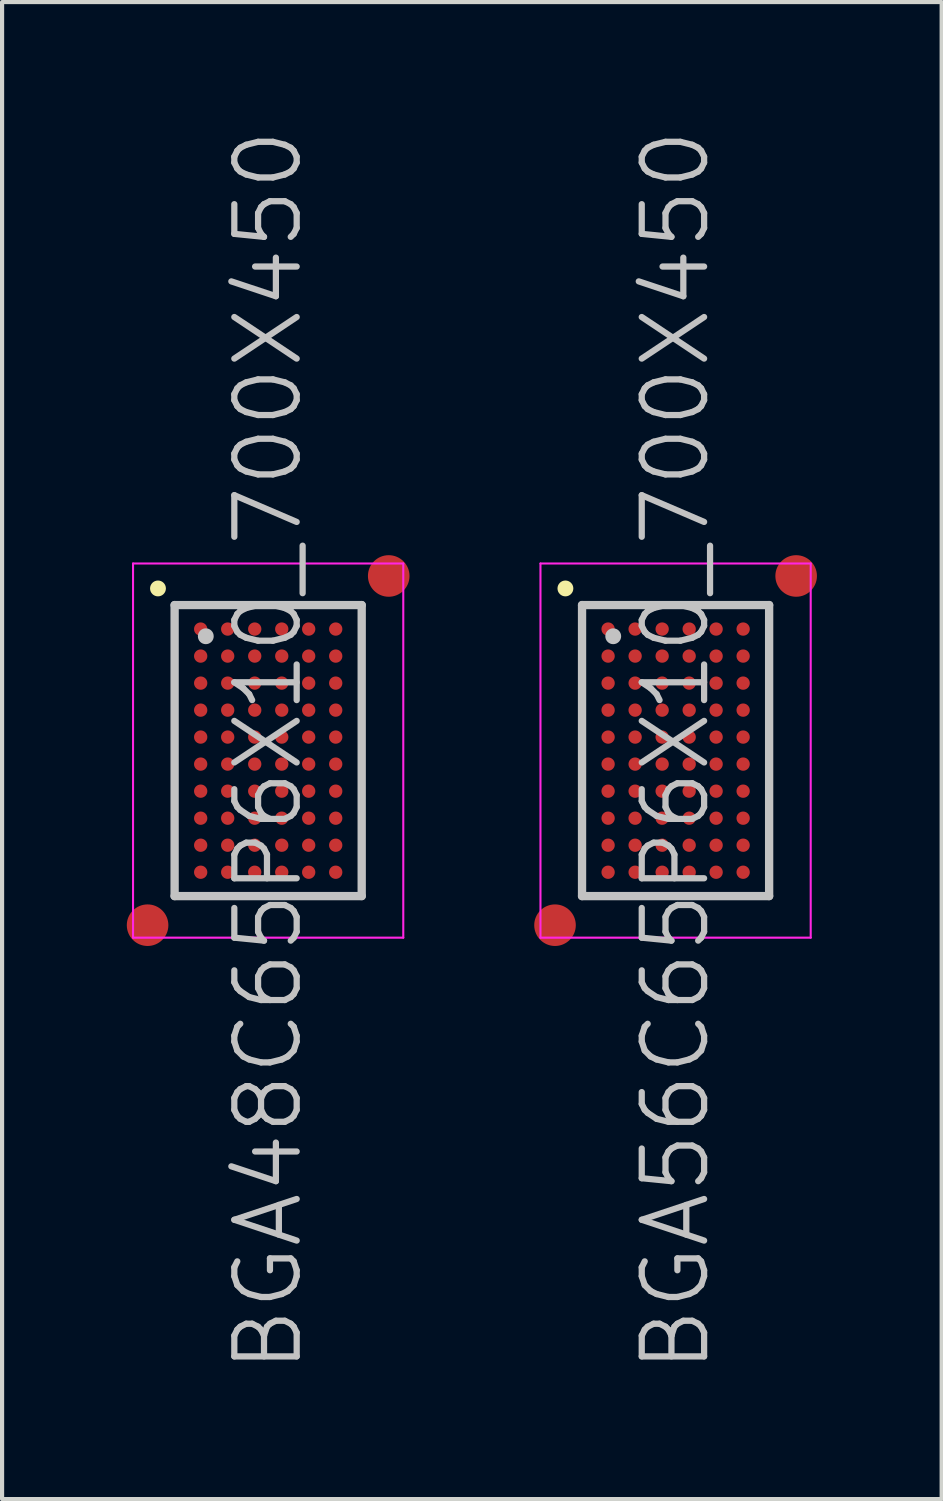
<source format=kicad_pcb>
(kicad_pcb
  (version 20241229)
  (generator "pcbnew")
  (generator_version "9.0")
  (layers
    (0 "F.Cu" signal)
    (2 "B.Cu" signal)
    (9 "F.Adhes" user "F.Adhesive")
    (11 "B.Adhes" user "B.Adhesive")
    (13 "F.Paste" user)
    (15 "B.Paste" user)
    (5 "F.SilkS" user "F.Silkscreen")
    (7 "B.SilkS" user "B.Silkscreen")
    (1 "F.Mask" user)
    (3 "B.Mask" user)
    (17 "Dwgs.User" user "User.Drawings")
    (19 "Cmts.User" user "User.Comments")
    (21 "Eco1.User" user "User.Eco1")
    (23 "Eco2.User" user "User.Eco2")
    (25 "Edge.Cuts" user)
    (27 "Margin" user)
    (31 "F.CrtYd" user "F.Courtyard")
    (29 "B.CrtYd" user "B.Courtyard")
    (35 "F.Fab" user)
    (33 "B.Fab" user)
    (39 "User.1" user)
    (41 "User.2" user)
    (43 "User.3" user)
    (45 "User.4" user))
  (footprint "BGA48C65P6X10_700X450"
    (layer "F.Cu")
    (at 3.4 15.004)
    (property "Reference" "BGA48C65P6X10_700X450" (at 0 0 90) (layer "Dwgs.User") (effects (font (size 1.5 1.5) (thickness 0.15))))
    (attr smd)
    (fp_line (start -2.65 -3.9) (end -2.65 -3.9) (stroke (width 0.381) (type solid)) (layer "F.SilkS"))
    (fp_line (start -2.25 -3.5) (end -2.25 3.5) (stroke (width 0.2) (type solid)) (layer "Dwgs.User"))
    (fp_line (start -2.25 -3.5) (end 2.25 -3.5) (stroke (width 0.2) (type solid)) (layer "Dwgs.User"))
    (fp_line (start -2.25 3.5) (end 2.25 3.5) (stroke (width 0.2) (type solid)) (layer "Dwgs.User"))
    (fp_line (start -1.5 -2.75) (end -1.5 -2.75) (stroke (width 0.381) (type solid)) (layer "Dwgs.User"))
    (fp_line (start 2.25 -3.5) (end 2.25 3.5) (stroke (width 0.2) (type solid)) (layer "Dwgs.User"))
    (fp_line (start -3.25 -4.5) (end -3.25 4.5) (stroke (width 0.05) (type solid)) (layer "F.CrtYd"))
    (fp_line (start -3.25 -4.5) (end 3.25 -4.5) (stroke (width 0.05) (type solid)) (layer "F.CrtYd"))
    (fp_line (start -3.25 4.5) (end 3.25 4.5) (stroke (width 0.05) (type solid)) (layer "F.CrtYd"))
    (fp_line (start 3.25 -4.5) (end 3.25 4.5) (stroke (width 0.05) (type solid)) (layer "F.CrtYd"))
    (pad "" smd circle (at -2.9 4.2) (size 1 1) (layers "F.Cu" "F.Mask"))
    (pad "" smd circle (at 2.9 -4.2) (size 1 1) (layers "F.Cu" "F.Mask"))
    (pad "A1" smd circle (at -1.623 -2.923) (size 0.32 0.32) (layers "F.Cu" "F.Mask" "F.Paste"))
    (pad "A2" smd circle (at -0.973 -2.923) (size 0.32 0.32) (layers "F.Cu" "F.Mask" "F.Paste"))
    (pad "A3" smd circle (at -0.323 -2.923) (size 0.32 0.32) (layers "F.Cu" "F.Mask" "F.Paste"))
    (pad "A4" smd circle (at 0.327 -2.923) (size 0.32 0.32) (layers "F.Cu" "F.Mask" "F.Paste"))
    (pad "A5" smd circle (at 0.975 -2.923) (size 0.32 0.32) (layers "F.Cu" "F.Mask" "F.Paste"))
    (pad "A6" smd circle (at 1.625 -2.923) (size 0.32 0.32) (layers "F.Cu" "F.Mask" "F.Paste"))
    (pad "B1" smd circle (at -1.623 -2.273) (size 0.32 0.32) (layers "F.Cu" "F.Mask" "F.Paste"))
    (pad "B2" smd circle (at -0.973 -2.273) (size 0.32 0.32) (layers "F.Cu" "F.Mask" "F.Paste"))
    (pad "B3" smd circle (at -0.323 -2.273) (size 0.32 0.32) (layers "F.Cu" "F.Mask" "F.Paste"))
    (pad "B4" smd circle (at 0.327 -2.273) (size 0.32 0.32) (layers "F.Cu" "F.Mask" "F.Paste"))
    (pad "B5" smd circle (at 0.975 -2.273) (size 0.32 0.32) (layers "F.Cu" "F.Mask" "F.Paste"))
    (pad "B6" smd circle (at 1.625 -2.273) (size 0.32 0.32) (layers "F.Cu" "F.Mask" "F.Paste"))
    (pad "C1" smd circle (at -1.623 -1.623) (size 0.32 0.32) (layers "F.Cu" "F.Mask" "F.Paste"))
    (pad "C2" smd circle (at -0.973 -1.623) (size 0.32 0.32) (layers "F.Cu" "F.Mask" "F.Paste"))
    (pad "C3" smd circle (at -0.323 -1.623) (size 0.32 0.32) (layers "F.Cu" "F.Mask" "F.Paste"))
    (pad "C4" smd circle (at 0.327 -1.623) (size 0.32 0.32) (layers "F.Cu" "F.Mask" "F.Paste"))
    (pad "C5" smd circle (at 0.975 -1.623) (size 0.32 0.32) (layers "F.Cu" "F.Mask" "F.Paste"))
    (pad "C6" smd circle (at 1.625 -1.623) (size 0.32 0.32) (layers "F.Cu" "F.Mask" "F.Paste"))
    (pad "D1" smd circle (at -1.623 -0.973) (size 0.32 0.32) (layers "F.Cu" "F.Mask" "F.Paste"))
    (pad "D2" smd circle (at -0.973 -0.973) (size 0.32 0.32) (layers "F.Cu" "F.Mask" "F.Paste"))
    (pad "D3" smd circle (at -0.323 -0.973) (size 0.32 0.32) (layers "F.Cu" "F.Mask" "F.Paste"))
    (pad "D4" smd circle (at 0.327 -0.973) (size 0.32 0.32) (layers "F.Cu" "F.Mask" "F.Paste"))
    (pad "D5" smd circle (at 0.975 -0.973) (size 0.32 0.32) (layers "F.Cu" "F.Mask" "F.Paste"))
    (pad "D6" smd circle (at 1.625 -0.973) (size 0.32 0.32) (layers "F.Cu" "F.Mask" "F.Paste"))
    (pad "E1" smd circle (at -1.623 -0.325) (size 0.32 0.32) (layers "F.Cu" "F.Mask" "F.Paste"))
    (pad "E2" smd circle (at -0.973 -0.325) (size 0.32 0.32) (layers "F.Cu" "F.Mask" "F.Paste"))
    (pad "E3" smd circle (at -0.323 -0.325) (size 0.32 0.32) (layers "F.Cu" "F.Mask" "F.Paste"))
    (pad "E4" smd circle (at 0.327 -0.325) (size 0.32 0.32) (layers "F.Cu" "F.Mask" "F.Paste"))
    (pad "E5" smd circle (at 0.975 -0.325) (size 0.32 0.32) (layers "F.Cu" "F.Mask" "F.Paste"))
    (pad "E6" smd circle (at 1.625 -0.325) (size 0.32 0.32) (layers "F.Cu" "F.Mask" "F.Paste"))
    (pad "F1" smd circle (at -1.623 0.325) (size 0.32 0.32) (layers "F.Cu" "F.Mask" "F.Paste"))
    (pad "F2" smd circle (at -0.973 0.325) (size 0.32 0.32) (layers "F.Cu" "F.Mask" "F.Paste"))
    (pad "F3" smd circle (at -0.323 0.325) (size 0.32 0.32) (layers "F.Cu" "F.Mask" "F.Paste"))
    (pad "F4" smd circle (at 0.327 0.325) (size 0.32 0.32) (layers "F.Cu" "F.Mask" "F.Paste"))
    (pad "F5" smd circle (at 0.975 0.325) (size 0.32 0.32) (layers "F.Cu" "F.Mask" "F.Paste"))
    (pad "F6" smd circle (at 1.625 0.325) (size 0.32 0.32) (layers "F.Cu" "F.Mask" "F.Paste"))
    (pad "G1" smd circle (at -1.623 0.976) (size 0.32 0.32) (layers "F.Cu" "F.Mask" "F.Paste"))
    (pad "G2" smd circle (at -0.973 0.976) (size 0.32 0.32) (layers "F.Cu" "F.Mask" "F.Paste"))
    (pad "G3" smd circle (at -0.323 0.976) (size 0.32 0.32) (layers "F.Cu" "F.Mask" "F.Paste"))
    (pad "G4" smd circle (at 0.327 0.976) (size 0.32 0.32) (layers "F.Cu" "F.Mask" "F.Paste"))
    (pad "G5" smd circle (at 0.975 0.976) (size 0.32 0.32) (layers "F.Cu" "F.Mask" "F.Paste"))
    (pad "G6" smd circle (at 1.625 0.976) (size 0.32 0.32) (layers "F.Cu" "F.Mask" "F.Paste"))
    (pad "H1" smd circle (at -1.623 1.626) (size 0.32 0.32) (layers "F.Cu" "F.Mask" "F.Paste"))
    (pad "H2" smd circle (at -0.973 1.626) (size 0.32 0.32) (layers "F.Cu" "F.Mask" "F.Paste"))
    (pad "H3" smd circle (at -0.323 1.626) (size 0.32 0.32) (layers "F.Cu" "F.Mask" "F.Paste"))
    (pad "H4" smd circle (at 0.327 1.626) (size 0.32 0.32) (layers "F.Cu" "F.Mask" "F.Paste"))
    (pad "H5" smd circle (at 0.975 1.626) (size 0.32 0.32) (layers "F.Cu" "F.Mask" "F.Paste"))
    (pad "H6" smd circle (at 1.625 1.626) (size 0.32 0.32) (layers "F.Cu" "F.Mask" "F.Paste"))
    (pad "J1" smd circle (at -1.623 2.276) (size 0.32 0.32) (layers "F.Cu" "F.Mask" "F.Paste"))
    (pad "J2" smd circle (at -0.973 2.276) (size 0.32 0.32) (layers "F.Cu" "F.Mask" "F.Paste"))
    (pad "J3" smd circle (at -0.323 2.276) (size 0.32 0.32) (layers "F.Cu" "F.Mask" "F.Paste"))
    (pad "J4" smd circle (at 0.327 2.276) (size 0.32 0.32) (layers "F.Cu" "F.Mask" "F.Paste"))
    (pad "J5" smd circle (at 0.975 2.276) (size 0.32 0.32) (layers "F.Cu" "F.Mask" "F.Paste"))
    (pad "J6" smd circle (at 1.625 2.276) (size 0.32 0.32) (layers "F.Cu" "F.Mask" "F.Paste"))
    (pad "K1" smd circle (at -1.623 2.926) (size 0.32 0.32) (layers "F.Cu" "F.Mask" "F.Paste"))
    (pad "K2" smd circle (at -0.973 2.926) (size 0.32 0.32) (layers "F.Cu" "F.Mask" "F.Paste"))
    (pad "K3" smd circle (at -0.323 2.926) (size 0.32 0.32) (layers "F.Cu" "F.Mask" "F.Paste"))
    (pad "K4" smd circle (at 0.327 2.926) (size 0.32 0.32) (layers "F.Cu" "F.Mask" "F.Paste"))
    (pad "K5" smd circle (at 0.975 2.926) (size 0.32 0.32) (layers "F.Cu" "F.Mask" "F.Paste"))
    (pad "K6" smd circle (at 1.625 2.926) (size 0.32 0.32) (layers "F.Cu" "F.Mask" "F.Paste")))
  (footprint "BGA56C65P6X10_700X450"
    (layer "F.Cu")
    (at 13.2 15.004)
    (property "Reference" "BGA56C65P6X10_700X450" (at 0 0 90) (layer "Dwgs.User") (effects (font (size 1.5 1.5) (thickness 0.15))))
    (attr smd)
    (fp_line (start -2.65 -3.9) (end -2.65 -3.9) (stroke (width 0.381) (type solid)) (layer "F.SilkS"))
    (fp_line (start -2.25 -3.5) (end -2.25 3.5) (stroke (width 0.2) (type solid)) (layer "Dwgs.User"))
    (fp_line (start -2.25 -3.5) (end 2.25 -3.5) (stroke (width 0.2) (type solid)) (layer "Dwgs.User"))
    (fp_line (start -2.25 3.5) (end 2.25 3.5) (stroke (width 0.2) (type solid)) (layer "Dwgs.User"))
    (fp_line (start -1.5 -2.75) (end -1.5 -2.75) (stroke (width 0.381) (type solid)) (layer "Dwgs.User"))
    (fp_line (start 2.25 -3.5) (end 2.25 3.5) (stroke (width 0.2) (type solid)) (layer "Dwgs.User"))
    (fp_line (start -3.25 -4.5) (end -3.25 4.5) (stroke (width 0.05) (type solid)) (layer "F.CrtYd"))
    (fp_line (start -3.25 -4.5) (end 3.25 -4.5) (stroke (width 0.05) (type solid)) (layer "F.CrtYd"))
    (fp_line (start -3.25 4.5) (end 3.25 4.5) (stroke (width 0.05) (type solid)) (layer "F.CrtYd"))
    (fp_line (start 3.25 -4.5) (end 3.25 4.5) (stroke (width 0.05) (type solid)) (layer "F.CrtYd"))
    (pad "" smd circle (at -2.9 4.2) (size 1 1) (layers "F.Cu" "F.Mask"))
    (pad "" smd circle (at 2.9 -4.2) (size 1 1) (layers "F.Cu" "F.Mask"))
    (pad "A1" smd circle (at -1.623 -2.923) (size 0.32 0.32) (layers "F.Cu" "F.Mask" "F.Paste"))
    (pad "A2" smd circle (at -0.973 -2.923) (size 0.32 0.32) (layers "F.Cu" "F.Mask" "F.Paste"))
    (pad "A3" smd circle (at -0.323 -2.923) (size 0.32 0.32) (layers "F.Cu" "F.Mask" "F.Paste"))
    (pad "A4" smd circle (at 0.327 -2.923) (size 0.32 0.32) (layers "F.Cu" "F.Mask" "F.Paste"))
    (pad "A5" smd circle (at 0.975 -2.923) (size 0.32 0.32) (layers "F.Cu" "F.Mask" "F.Paste"))
    (pad "A6" smd circle (at 1.625 -2.923) (size 0.32 0.32) (layers "F.Cu" "F.Mask" "F.Paste"))
    (pad "B1" smd circle (at -1.623 -2.273) (size 0.32 0.32) (layers "F.Cu" "F.Mask" "F.Paste"))
    (pad "B2" smd circle (at -0.973 -2.273) (size 0.32 0.32) (layers "F.Cu" "F.Mask" "F.Paste"))
    (pad "B3" smd circle (at -0.323 -2.273) (size 0.32 0.32) (layers "F.Cu" "F.Mask" "F.Paste"))
    (pad "B4" smd circle (at 0.327 -2.273) (size 0.32 0.32) (layers "F.Cu" "F.Mask" "F.Paste"))
    (pad "B5" smd circle (at 0.975 -2.273) (size 0.32 0.32) (layers "F.Cu" "F.Mask" "F.Paste"))
    (pad "B6" smd circle (at 1.625 -2.273) (size 0.32 0.32) (layers "F.Cu" "F.Mask" "F.Paste"))
    (pad "C1" smd circle (at -1.623 -1.623) (size 0.32 0.32) (layers "F.Cu" "F.Mask" "F.Paste"))
    (pad "C2" smd circle (at -0.973 -1.623) (size 0.32 0.32) (layers "F.Cu" "F.Mask" "F.Paste"))
    (pad "C3" smd circle (at -0.323 -1.623) (size 0.32 0.32) (layers "F.Cu" "F.Mask" "F.Paste"))
    (pad "C4" smd circle (at 0.327 -1.623) (size 0.32 0.32) (layers "F.Cu" "F.Mask" "F.Paste"))
    (pad "C5" smd circle (at 0.975 -1.623) (size 0.32 0.32) (layers "F.Cu" "F.Mask" "F.Paste"))
    (pad "C6" smd circle (at 1.625 -1.623) (size 0.32 0.32) (layers "F.Cu" "F.Mask" "F.Paste"))
    (pad "D1" smd circle (at -1.623 -0.973) (size 0.32 0.32) (layers "F.Cu" "F.Mask" "F.Paste"))
    (pad "D2" smd circle (at -0.973 -0.973) (size 0.32 0.32) (layers "F.Cu" "F.Mask" "F.Paste"))
    (pad "D3" smd circle (at -0.323 -0.973) (size 0.32 0.32) (layers "F.Cu" "F.Mask" "F.Paste"))
    (pad "D4" smd circle (at 0.327 -0.973) (size 0.32 0.32) (layers "F.Cu" "F.Mask" "F.Paste"))
    (pad "D5" smd circle (at 0.975 -0.973) (size 0.32 0.32) (layers "F.Cu" "F.Mask" "F.Paste"))
    (pad "D6" smd circle (at 1.625 -0.973) (size 0.32 0.32) (layers "F.Cu" "F.Mask" "F.Paste"))
    (pad "E1" smd circle (at -1.623 -0.325) (size 0.32 0.32) (layers "F.Cu" "F.Mask" "F.Paste"))
    (pad "E2" smd circle (at -0.973 -0.325) (size 0.32 0.32) (layers "F.Cu" "F.Mask" "F.Paste"))
    (pad "E3" smd circle (at -0.323 -0.325) (size 0.32 0.32) (layers "F.Cu" "F.Mask" "F.Paste"))
    (pad "E4" smd circle (at 0.327 -0.325) (size 0.32 0.32) (layers "F.Cu" "F.Mask" "F.Paste"))
    (pad "E5" smd circle (at 0.975 -0.325) (size 0.32 0.32) (layers "F.Cu" "F.Mask" "F.Paste"))
    (pad "E6" smd circle (at 1.625 -0.325) (size 0.32 0.32) (layers "F.Cu" "F.Mask" "F.Paste"))
    (pad "F1" smd circle (at -1.623 0.325) (size 0.32 0.32) (layers "F.Cu" "F.Mask" "F.Paste"))
    (pad "F2" smd circle (at -0.973 0.325) (size 0.32 0.32) (layers "F.Cu" "F.Mask" "F.Paste"))
    (pad "F3" smd circle (at -0.323 0.325) (size 0.32 0.32) (layers "F.Cu" "F.Mask" "F.Paste"))
    (pad "F4" smd circle (at 0.327 0.325) (size 0.32 0.32) (layers "F.Cu" "F.Mask" "F.Paste"))
    (pad "F5" smd circle (at 0.975 0.325) (size 0.32 0.32) (layers "F.Cu" "F.Mask" "F.Paste"))
    (pad "F6" smd circle (at 1.625 0.325) (size 0.32 0.32) (layers "F.Cu" "F.Mask" "F.Paste"))
    (pad "G1" smd circle (at -1.623 0.976) (size 0.32 0.32) (layers "F.Cu" "F.Mask" "F.Paste"))
    (pad "G2" smd circle (at -0.973 0.976) (size 0.32 0.32) (layers "F.Cu" "F.Mask" "F.Paste"))
    (pad "G3" smd circle (at -0.323 0.976) (size 0.32 0.32) (layers "F.Cu" "F.Mask" "F.Paste"))
    (pad "G4" smd circle (at 0.327 0.976) (size 0.32 0.32) (layers "F.Cu" "F.Mask" "F.Paste"))
    (pad "G5" smd circle (at 0.975 0.976) (size 0.32 0.32) (layers "F.Cu" "F.Mask" "F.Paste"))
    (pad "G6" smd circle (at 1.625 0.976) (size 0.32 0.32) (layers "F.Cu" "F.Mask" "F.Paste"))
    (pad "H1" smd circle (at -1.623 1.626) (size 0.32 0.32) (layers "F.Cu" "F.Mask" "F.Paste"))
    (pad "H2" smd circle (at -0.973 1.626) (size 0.32 0.32) (layers "F.Cu" "F.Mask" "F.Paste"))
    (pad "H3" smd circle (at -0.323 1.626) (size 0.32 0.32) (layers "F.Cu" "F.Mask" "F.Paste"))
    (pad "H4" smd circle (at 0.327 1.626) (size 0.32 0.32) (layers "F.Cu" "F.Mask" "F.Paste"))
    (pad "H5" smd circle (at 0.975 1.626) (size 0.32 0.32) (layers "F.Cu" "F.Mask" "F.Paste"))
    (pad "H6" smd circle (at 1.625 1.626) (size 0.32 0.32) (layers "F.Cu" "F.Mask" "F.Paste"))
    (pad "J1" smd circle (at -1.623 2.276) (size 0.32 0.32) (layers "F.Cu" "F.Mask" "F.Paste"))
    (pad "J2" smd circle (at -0.973 2.276) (size 0.32 0.32) (layers "F.Cu" "F.Mask" "F.Paste"))
    (pad "J3" smd circle (at -0.323 2.276) (size 0.32 0.32) (layers "F.Cu" "F.Mask" "F.Paste"))
    (pad "J4" smd circle (at 0.327 2.276) (size 0.32 0.32) (layers "F.Cu" "F.Mask" "F.Paste"))
    (pad "J5" smd circle (at 0.975 2.276) (size 0.32 0.32) (layers "F.Cu" "F.Mask" "F.Paste"))
    (pad "J6" smd circle (at 1.625 2.276) (size 0.32 0.32) (layers "F.Cu" "F.Mask" "F.Paste"))
    (pad "K1" smd circle (at -1.623 2.926) (size 0.32 0.32) (layers "F.Cu" "F.Mask" "F.Paste"))
    (pad "K2" smd circle (at -0.973 2.926) (size 0.32 0.32) (layers "F.Cu" "F.Mask" "F.Paste"))
    (pad "K3" smd circle (at -0.323 2.926) (size 0.32 0.32) (layers "F.Cu" "F.Mask" "F.Paste"))
    (pad "K4" smd circle (at 0.327 2.926) (size 0.32 0.32) (layers "F.Cu" "F.Mask" "F.Paste"))
    (pad "K5" smd circle (at 0.975 2.926) (size 0.32 0.32) (layers "F.Cu" "F.Mask" "F.Paste"))
    (pad "K6" smd circle (at 1.625 2.926) (size 0.32 0.32) (layers "F.Cu" "F.Mask" "F.Paste")))
  (gr_rect
    (start -3 -3)
    (end 19.6 33.007)
    (stroke (width 0.1) (type default))
    (fill no)
    (layer "Edge.Cuts")))
</source>
